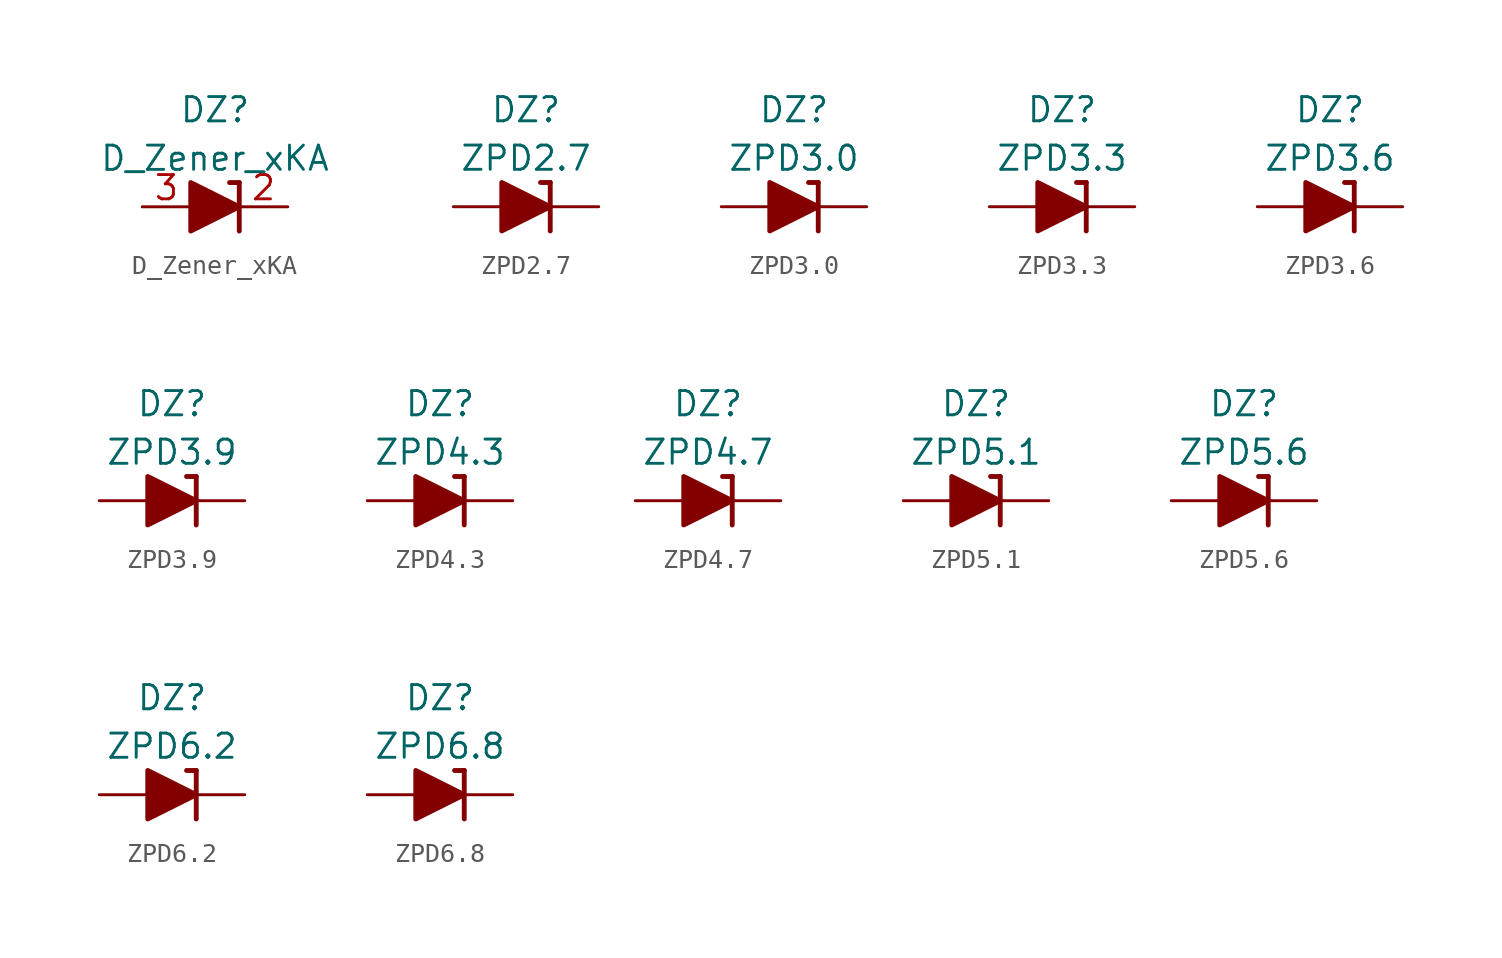
<source format=kicad_sym>
(kicad_symbol_lib
  (version 20201005)
  (generator kicad_symbol_editor)
  (symbol "Diode_Zener_AKL:D_Zener_xKA"
    (pin_names
      (offset 1.016) hide)
    (property "Reference" "DZ"
      (at 0 5.08 0)
      (effects (font (size 1.27 1.27))))
    (property "Value" "D_Zener_xKA"
      (at 0 2.54 0)
      (effects (font (size 1.27 1.27))))
    (symbol "D_Zener_xKA_0_1"
      (polyline (pts (xy -1.27 0) (xy 1.27 0)) (stroke (width 0)) (fill (type none)))
      (polyline (pts (xy 1.27 -1.27) (xy 1.27 1.27)) (stroke (width 0.254)) (fill (type none)))
      (polyline (pts (xy 1.27 1.27) (xy 0.762 1.27)) (stroke (width 0.254)) (fill (type none)))
      (polyline (pts (xy -1.27 1.27) (xy -1.27 -1.27) (xy 1.27 0) (xy -1.27 1.27)) (stroke (width 0.254)) (fill (type outline))))
    (symbol "D_Zener_xKA_1_1"
      (pin passive line (at 3.81 0 180) (length 2.54) (name "K" (effects (font (size 1.27 1.27)))) (number "2" (effects (font (size 1.27 1.27)))))
      (pin passive line (at -3.81 0 0) (length 2.54) (name "A" (effects (font (size 1.27 1.27)))) (number "3" (effects (font (size 1.27 1.27)))))))
  (symbol "Diode_Zener_AKL:ZPD2.7"
    (pin_numbers hide)
    (pin_names
      (offset 1.016) hide)
    (property "Reference" "DZ"
      (at 0 5.08 0)
      (effects (font (size 1.27 1.27))))
    (property "Value" "ZPD2.7"
      (at 0 2.54 0)
      (effects (font (size 1.27 1.27))))
    (symbol "ZPD2.7_0_1"
      (polyline (pts (xy -1.27 0) (xy 1.27 0)) (stroke (width 0)) (fill (type none)))
      (polyline (pts (xy 1.27 1.27) (xy 0.762 1.27)) (stroke (width 0.254)) (fill (type none)))
      (polyline (pts (xy 1.27 1.27) (xy 1.27 -1.27)) (stroke (width 0.254)) (fill (type none)))
      (polyline (pts (xy -1.27 -1.27) (xy -1.27 1.27) (xy 1.27 0) (xy -1.27 -1.27)) (stroke (width 0.254)) (fill (type outline))))
    (symbol "ZPD2.7_1_1"
      (pin passive line (at 3.81 0 180) (length 2.54) (name "K" (effects (font (size 1.27 1.27)))) (number "1" (effects (font (size 1.27 1.27)))))
      (pin passive line (at -3.81 0 0) (length 2.54) (name "A" (effects (font (size 1.27 1.27)))) (number "2" (effects (font (size 1.27 1.27)))))))
  (symbol "Diode_Zener_AKL:ZPD3.0"
    (pin_numbers hide)
    (pin_names
      (offset 1.016) hide)
    (property "Reference" "DZ"
      (at 0 5.08 0)
      (effects (font (size 1.27 1.27))))
    (property "Value" "ZPD3.0"
      (at 0 2.54 0)
      (effects (font (size 1.27 1.27))))
    (symbol "ZPD3.0_0_1"
      (polyline (pts (xy -1.27 0) (xy 1.27 0)) (stroke (width 0)) (fill (type none)))
      (polyline (pts (xy 1.27 1.27) (xy 0.762 1.27)) (stroke (width 0.254)) (fill (type none)))
      (polyline (pts (xy 1.27 1.27) (xy 1.27 -1.27)) (stroke (width 0.254)) (fill (type none)))
      (polyline (pts (xy -1.27 -1.27) (xy -1.27 1.27) (xy 1.27 0) (xy -1.27 -1.27)) (stroke (width 0.254)) (fill (type outline))))
    (symbol "ZPD3.0_1_1"
      (pin passive line (at 3.81 0 180) (length 2.54) (name "K" (effects (font (size 1.27 1.27)))) (number "1" (effects (font (size 1.27 1.27)))))
      (pin passive line (at -3.81 0 0) (length 2.54) (name "A" (effects (font (size 1.27 1.27)))) (number "2" (effects (font (size 1.27 1.27)))))))
  (symbol "Diode_Zener_AKL:ZPD3.3"
    (pin_numbers hide)
    (pin_names
      (offset 1.016) hide)
    (property "Reference" "DZ"
      (at 0 5.08 0)
      (effects (font (size 1.27 1.27))))
    (property "Value" "ZPD3.3"
      (at 0 2.54 0)
      (effects (font (size 1.27 1.27))))
    (symbol "ZPD3.3_0_1"
      (polyline (pts (xy -1.27 0) (xy 1.27 0)) (stroke (width 0)) (fill (type none)))
      (polyline (pts (xy 1.27 1.27) (xy 0.762 1.27)) (stroke (width 0.254)) (fill (type none)))
      (polyline (pts (xy 1.27 1.27) (xy 1.27 -1.27)) (stroke (width 0.254)) (fill (type none)))
      (polyline (pts (xy -1.27 -1.27) (xy -1.27 1.27) (xy 1.27 0) (xy -1.27 -1.27)) (stroke (width 0.254)) (fill (type outline))))
    (symbol "ZPD3.3_1_1"
      (pin passive line (at 3.81 0 180) (length 2.54) (name "K" (effects (font (size 1.27 1.27)))) (number "1" (effects (font (size 1.27 1.27)))))
      (pin passive line (at -3.81 0 0) (length 2.54) (name "A" (effects (font (size 1.27 1.27)))) (number "2" (effects (font (size 1.27 1.27)))))))
  (symbol "Diode_Zener_AKL:ZPD3.6"
    (pin_numbers hide)
    (pin_names
      (offset 1.016) hide)
    (property "Reference" "DZ"
      (at 0 5.08 0)
      (effects (font (size 1.27 1.27))))
    (property "Value" "ZPD3.6"
      (at 0 2.54 0)
      (effects (font (size 1.27 1.27))))
    (symbol "ZPD3.6_0_1"
      (polyline (pts (xy -1.27 0) (xy 1.27 0)) (stroke (width 0)) (fill (type none)))
      (polyline (pts (xy 1.27 1.27) (xy 0.762 1.27)) (stroke (width 0.254)) (fill (type none)))
      (polyline (pts (xy 1.27 1.27) (xy 1.27 -1.27)) (stroke (width 0.254)) (fill (type none)))
      (polyline (pts (xy -1.27 -1.27) (xy -1.27 1.27) (xy 1.27 0) (xy -1.27 -1.27)) (stroke (width 0.254)) (fill (type outline))))
    (symbol "ZPD3.6_1_1"
      (pin passive line (at 3.81 0 180) (length 2.54) (name "K" (effects (font (size 1.27 1.27)))) (number "1" (effects (font (size 1.27 1.27)))))
      (pin passive line (at -3.81 0 0) (length 2.54) (name "A" (effects (font (size 1.27 1.27)))) (number "2" (effects (font (size 1.27 1.27)))))))
  (symbol "Diode_Zener_AKL:ZPD3.9"
    (pin_numbers hide)
    (pin_names
      (offset 1.016) hide)
    (property "Reference" "DZ"
      (at 0 5.08 0)
      (effects (font (size 1.27 1.27))))
    (property "Value" "ZPD3.9"
      (at 0 2.54 0)
      (effects (font (size 1.27 1.27))))
    (symbol "ZPD3.9_0_1"
      (polyline (pts (xy -1.27 0) (xy 1.27 0)) (stroke (width 0)) (fill (type none)))
      (polyline (pts (xy 1.27 1.27) (xy 0.762 1.27)) (stroke (width 0.254)) (fill (type none)))
      (polyline (pts (xy 1.27 1.27) (xy 1.27 -1.27)) (stroke (width 0.254)) (fill (type none)))
      (polyline (pts (xy -1.27 -1.27) (xy -1.27 1.27) (xy 1.27 0) (xy -1.27 -1.27)) (stroke (width 0.254)) (fill (type outline))))
    (symbol "ZPD3.9_1_1"
      (pin passive line (at 3.81 0 180) (length 2.54) (name "K" (effects (font (size 1.27 1.27)))) (number "1" (effects (font (size 1.27 1.27)))))
      (pin passive line (at -3.81 0 0) (length 2.54) (name "A" (effects (font (size 1.27 1.27)))) (number "2" (effects (font (size 1.27 1.27)))))))
  (symbol "Diode_Zener_AKL:ZPD4.3"
    (pin_numbers hide)
    (pin_names
      (offset 1.016) hide)
    (property "Reference" "DZ"
      (at 0 5.08 0)
      (effects (font (size 1.27 1.27))))
    (property "Value" "ZPD4.3"
      (at 0 2.54 0)
      (effects (font (size 1.27 1.27))))
    (symbol "ZPD4.3_0_1"
      (polyline (pts (xy -1.27 0) (xy 1.27 0)) (stroke (width 0)) (fill (type none)))
      (polyline (pts (xy 1.27 1.27) (xy 0.762 1.27)) (stroke (width 0.254)) (fill (type none)))
      (polyline (pts (xy 1.27 1.27) (xy 1.27 -1.27)) (stroke (width 0.254)) (fill (type none)))
      (polyline (pts (xy -1.27 -1.27) (xy -1.27 1.27) (xy 1.27 0) (xy -1.27 -1.27)) (stroke (width 0.254)) (fill (type outline))))
    (symbol "ZPD4.3_1_1"
      (pin passive line (at 3.81 0 180) (length 2.54) (name "K" (effects (font (size 1.27 1.27)))) (number "1" (effects (font (size 1.27 1.27)))))
      (pin passive line (at -3.81 0 0) (length 2.54) (name "A" (effects (font (size 1.27 1.27)))) (number "2" (effects (font (size 1.27 1.27)))))))
  (symbol "Diode_Zener_AKL:ZPD4.7"
    (pin_numbers hide)
    (pin_names
      (offset 1.016) hide)
    (property "Reference" "DZ"
      (at 0 5.08 0)
      (effects (font (size 1.27 1.27))))
    (property "Value" "ZPD4.7"
      (at 0 2.54 0)
      (effects (font (size 1.27 1.27))))
    (symbol "ZPD4.7_0_1"
      (polyline (pts (xy -1.27 0) (xy 1.27 0)) (stroke (width 0)) (fill (type none)))
      (polyline (pts (xy 1.27 1.27) (xy 0.762 1.27)) (stroke (width 0.254)) (fill (type none)))
      (polyline (pts (xy 1.27 1.27) (xy 1.27 -1.27)) (stroke (width 0.254)) (fill (type none)))
      (polyline (pts (xy -1.27 -1.27) (xy -1.27 1.27) (xy 1.27 0) (xy -1.27 -1.27)) (stroke (width 0.254)) (fill (type outline))))
    (symbol "ZPD4.7_1_1"
      (pin passive line (at 3.81 0 180) (length 2.54) (name "K" (effects (font (size 1.27 1.27)))) (number "1" (effects (font (size 1.27 1.27)))))
      (pin passive line (at -3.81 0 0) (length 2.54) (name "A" (effects (font (size 1.27 1.27)))) (number "2" (effects (font (size 1.27 1.27)))))))
  (symbol "Diode_Zener_AKL:ZPD5.1"
    (pin_numbers hide)
    (pin_names
      (offset 1.016) hide)
    (property "Reference" "DZ"
      (at 0 5.08 0)
      (effects (font (size 1.27 1.27))))
    (property "Value" "ZPD5.1"
      (at 0 2.54 0)
      (effects (font (size 1.27 1.27))))
    (symbol "ZPD5.1_0_1"
      (polyline (pts (xy -1.27 0) (xy 1.27 0)) (stroke (width 0)) (fill (type none)))
      (polyline (pts (xy 1.27 1.27) (xy 0.762 1.27)) (stroke (width 0.254)) (fill (type none)))
      (polyline (pts (xy 1.27 1.27) (xy 1.27 -1.27)) (stroke (width 0.254)) (fill (type none)))
      (polyline (pts (xy -1.27 -1.27) (xy -1.27 1.27) (xy 1.27 0) (xy -1.27 -1.27)) (stroke (width 0.254)) (fill (type outline))))
    (symbol "ZPD5.1_1_1"
      (pin passive line (at 3.81 0 180) (length 2.54) (name "K" (effects (font (size 1.27 1.27)))) (number "1" (effects (font (size 1.27 1.27)))))
      (pin passive line (at -3.81 0 0) (length 2.54) (name "A" (effects (font (size 1.27 1.27)))) (number "2" (effects (font (size 1.27 1.27)))))))
  (symbol "Diode_Zener_AKL:ZPD5.6"
    (pin_numbers hide)
    (pin_names
      (offset 1.016) hide)
    (property "Reference" "DZ"
      (at 0 5.08 0)
      (effects (font (size 1.27 1.27))))
    (property "Value" "ZPD5.6"
      (at 0 2.54 0)
      (effects (font (size 1.27 1.27))))
    (symbol "ZPD5.6_0_1"
      (polyline (pts (xy -1.27 0) (xy 1.27 0)) (stroke (width 0)) (fill (type none)))
      (polyline (pts (xy 1.27 1.27) (xy 0.762 1.27)) (stroke (width 0.254)) (fill (type none)))
      (polyline (pts (xy 1.27 1.27) (xy 1.27 -1.27)) (stroke (width 0.254)) (fill (type none)))
      (polyline (pts (xy -1.27 -1.27) (xy -1.27 1.27) (xy 1.27 0) (xy -1.27 -1.27)) (stroke (width 0.254)) (fill (type outline))))
    (symbol "ZPD5.6_1_1"
      (pin passive line (at 3.81 0 180) (length 2.54) (name "K" (effects (font (size 1.27 1.27)))) (number "1" (effects (font (size 1.27 1.27)))))
      (pin passive line (at -3.81 0 0) (length 2.54) (name "A" (effects (font (size 1.27 1.27)))) (number "2" (effects (font (size 1.27 1.27)))))))
  (symbol "Diode_Zener_AKL:ZPD6.2"
    (pin_numbers hide)
    (pin_names
      (offset 1.016) hide)
    (property "Reference" "DZ"
      (at 0 5.08 0)
      (effects (font (size 1.27 1.27))))
    (property "Value" "ZPD6.2"
      (at 0 2.54 0)
      (effects (font (size 1.27 1.27))))
    (symbol "ZPD6.2_0_1"
      (polyline (pts (xy -1.27 0) (xy 1.27 0)) (stroke (width 0)) (fill (type none)))
      (polyline (pts (xy 1.27 1.27) (xy 0.762 1.27)) (stroke (width 0.254)) (fill (type none)))
      (polyline (pts (xy 1.27 1.27) (xy 1.27 -1.27)) (stroke (width 0.254)) (fill (type none)))
      (polyline (pts (xy -1.27 -1.27) (xy -1.27 1.27) (xy 1.27 0) (xy -1.27 -1.27)) (stroke (width 0.254)) (fill (type outline))))
    (symbol "ZPD6.2_1_1"
      (pin passive line (at 3.81 0 180) (length 2.54) (name "K" (effects (font (size 1.27 1.27)))) (number "1" (effects (font (size 1.27 1.27)))))
      (pin passive line (at -3.81 0 0) (length 2.54) (name "A" (effects (font (size 1.27 1.27)))) (number "2" (effects (font (size 1.27 1.27)))))))
  (symbol "Diode_Zener_AKL:ZPD6.8"
    (pin_numbers hide)
    (pin_names
      (offset 1.016) hide)
    (property "Reference" "DZ"
      (at 0 5.08 0)
      (effects (font (size 1.27 1.27))))
    (property "Value" "ZPD6.8"
      (at 0 2.54 0)
      (effects (font (size 1.27 1.27))))
    (symbol "ZPD6.8_0_1"
      (polyline (pts (xy -1.27 0) (xy 1.27 0)) (stroke (width 0)) (fill (type none)))
      (polyline (pts (xy 1.27 1.27) (xy 0.762 1.27)) (stroke (width 0.254)) (fill (type none)))
      (polyline (pts (xy 1.27 1.27) (xy 1.27 -1.27)) (stroke (width 0.254)) (fill (type none)))
      (polyline (pts (xy -1.27 -1.27) (xy -1.27 1.27) (xy 1.27 0) (xy -1.27 -1.27)) (stroke (width 0.254)) (fill (type outline))))
    (symbol "ZPD6.8_1_1"
      (pin passive line (at 3.81 0 180) (length 2.54) (name "K" (effects (font (size 1.27 1.27)))) (number "1" (effects (font (size 1.27 1.27)))))
      (pin passive line (at -3.81 0 0) (length 2.54) (name "A" (effects (font (size 1.27 1.27)))) (number "2" (effects (font (size 1.27 1.27))))))))
</source>
